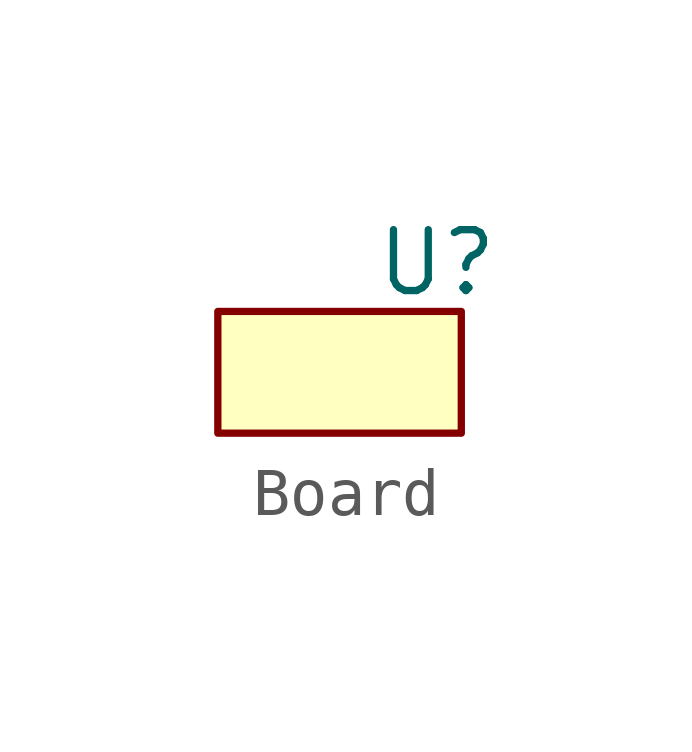
<source format=kicad_sym>
(kicad_symbol_lib
  (version 20231120)
  (generator "kicad_symbol_editor")
  (generator_version "8.0")
  (symbol "Board"
    (property "Reference" "U"
      (at 2.032 2.286 0)
      (effects (font (size 1.27 1.27))))
    (property "Value" ""
      (at 0 0 0)
      (effects (font (size 1.27 1.27))))
    (symbol "Board_1_1"
      (rectangle (start -2.54 1.27) (end 2.54 -1.27) (stroke (width 0) (type default)) (fill (type background))))))
</source>
